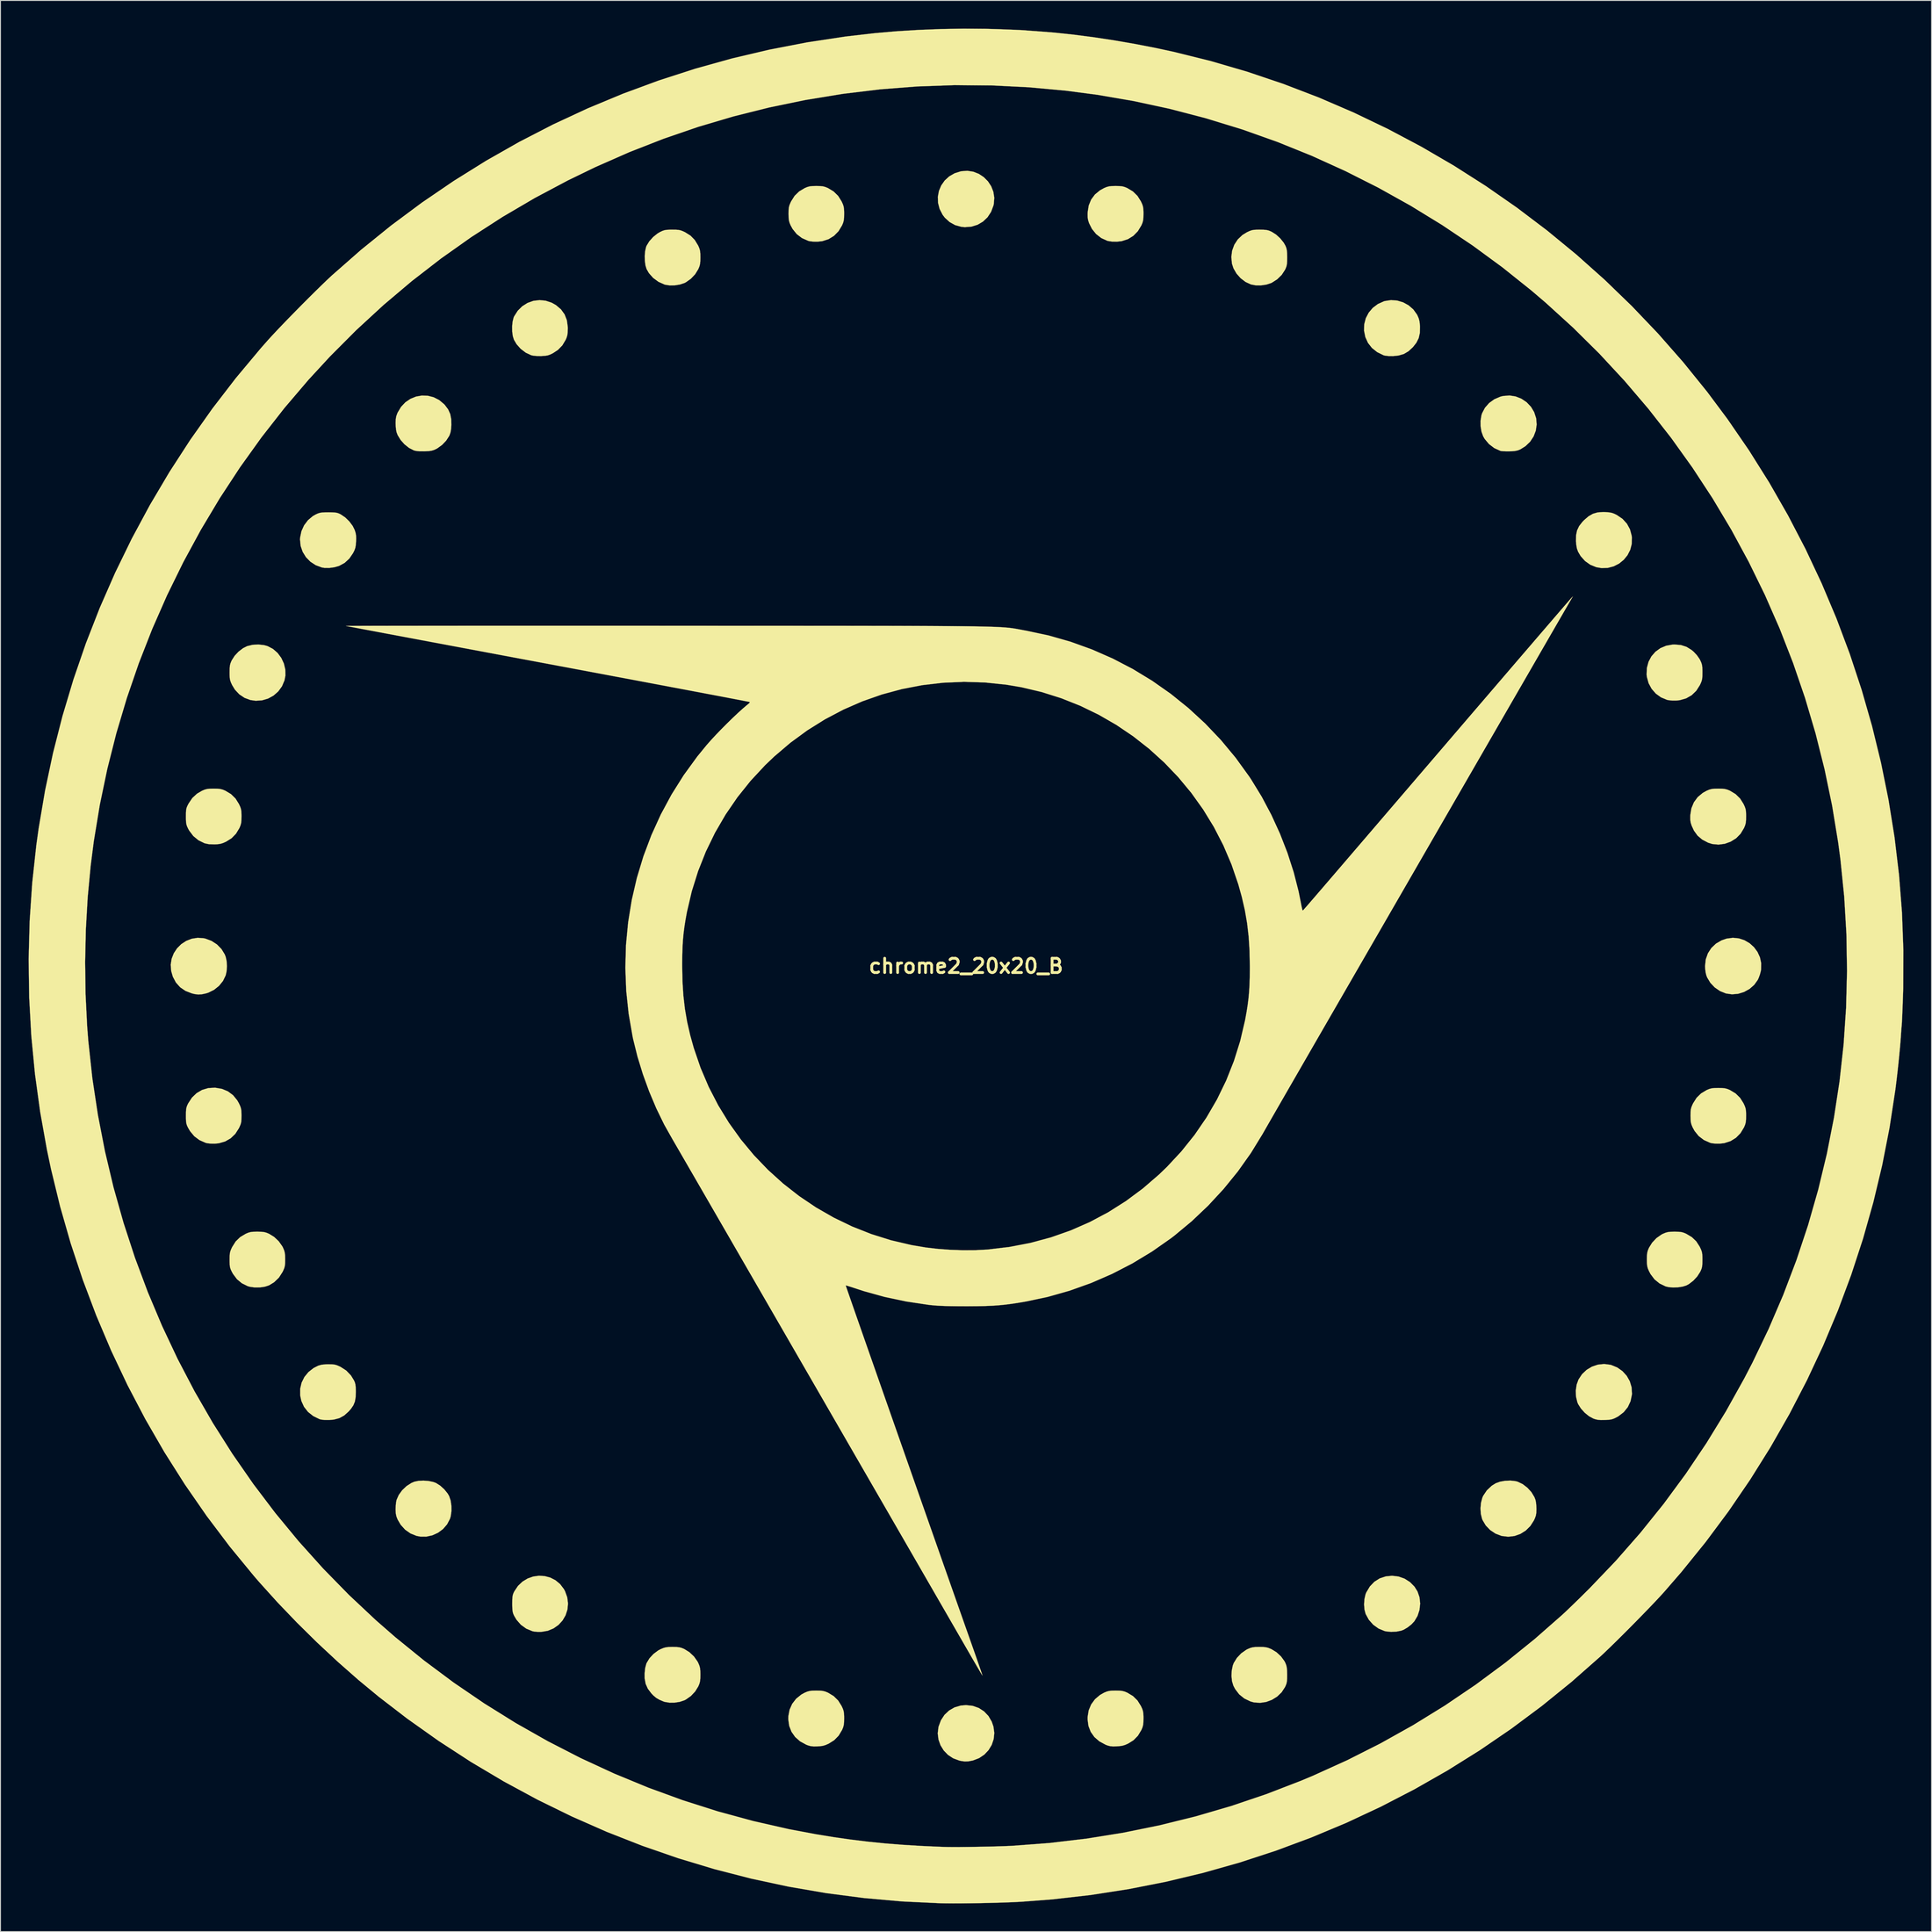
<source format=kicad_pcb>
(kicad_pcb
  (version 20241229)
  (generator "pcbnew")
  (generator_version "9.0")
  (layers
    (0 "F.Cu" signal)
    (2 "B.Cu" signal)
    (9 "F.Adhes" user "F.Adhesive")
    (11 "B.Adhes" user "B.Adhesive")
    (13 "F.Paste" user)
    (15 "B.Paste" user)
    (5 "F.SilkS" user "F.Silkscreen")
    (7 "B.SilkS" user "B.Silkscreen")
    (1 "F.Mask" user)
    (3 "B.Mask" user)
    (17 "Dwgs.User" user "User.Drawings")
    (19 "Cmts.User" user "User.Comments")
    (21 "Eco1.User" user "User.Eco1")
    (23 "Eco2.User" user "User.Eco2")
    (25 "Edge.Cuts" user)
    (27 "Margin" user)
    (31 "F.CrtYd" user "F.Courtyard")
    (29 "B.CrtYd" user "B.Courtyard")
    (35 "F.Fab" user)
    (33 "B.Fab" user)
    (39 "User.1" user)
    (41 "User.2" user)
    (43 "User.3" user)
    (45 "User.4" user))
  (footprint "chrome2_20x20_B"
    (layer "F.Cu")
    (at 99.961 99.968)
    (property "Reference" "chrome2_20x20_B" (at 0 0 0) (layer "F.SilkS") (effects (font (size 1.524 1.524) (thickness 0.3))))
    (attr through_hole)
    (fp_poly (pts (xy 0.78 -84.707) (xy 1.37 -84.474) (xy 1.895 -84.126) (xy 2.339 -83.681) (xy 2.685 -83.154) (xy 2.915 -82.566) (xy 3.014 -81.932) (xy 2.964 -81.271) (xy 2.927 -81.105) (xy 2.673 -80.428) (xy 2.294 -79.852) (xy 1.807 -79.389) (xy 1.229 -79.051) (xy 0.579 -78.85) (xy -0.126 -78.797) (xy -0.508 -78.833) (xy -1.159 -79.013) (xy -1.751 -79.342) (xy -2.257 -79.804) (xy -2.494 -80.116) (xy -2.816 -80.742) (xy -2.983 -81.388) (xy -3.003 -82.035) (xy -2.886 -82.661) (xy -2.639 -83.245) (xy -2.272 -83.768) (xy -1.793 -84.207) (xy -1.212 -84.542) (xy -0.537 -84.753) (xy -0.529 -84.755) (xy 0.141 -84.806) (xy 0.78 -84.707)) (stroke (width 0.01) (type solid)) (fill yes) (layer "F.SilkS"))
    (fp_poly (pts (xy 0.714 78.885) (xy 1.36 79.113) (xy 1.924 79.478) (xy 2.39 79.967) (xy 2.742 80.569) (xy 2.927 81.105) (xy 3.016 81.776) (xy 2.949 82.432) (xy 2.741 83.05) (xy 2.403 83.608) (xy 1.952 84.084) (xy 1.399 84.457) (xy 0.758 84.704) (xy 0.69 84.721) (xy 0.248 84.804) (xy -0.128 84.818) (xy -0.531 84.762) (xy -0.73 84.716) (xy -1.367 84.48) (xy -1.92 84.115) (xy -2.376 83.643) (xy -2.719 83.087) (xy -2.937 82.472) (xy -3.015 81.819) (xy -2.938 81.151) (xy -2.927 81.105) (xy -2.673 80.424) (xy -2.294 79.846) (xy -1.805 79.384) (xy -1.221 79.049) (xy -0.558 78.854) (xy 0 78.807) (xy 0.714 78.885)) (stroke (width 0.01) (type solid)) (fill yes) (layer "F.SilkS"))
    (fp_poly (pts (xy -81.274 -2.965) (xy -81.105 -2.927) (xy -80.45 -2.68) (xy -79.873 -2.304) (xy -79.398 -1.82) (xy -79.048 -1.249) (xy -78.945 -0.988) (xy -78.845 -0.528) (xy -78.812 0.01) (xy -78.847 0.546) (xy -78.945 0.988) (xy -79.232 1.583) (xy -79.654 2.106) (xy -80.185 2.531) (xy -80.796 2.834) (xy -81.065 2.918) (xy -81.502 3.011) (xy -81.869 3.034) (xy -82.248 2.985) (xy -82.548 2.912) (xy -83.229 2.649) (xy -83.799 2.26) (xy -84.252 1.752) (xy -84.579 1.133) (xy -84.754 0.527) (xy -84.806 -0.142) (xy -84.708 -0.779) (xy -84.475 -1.369) (xy -84.128 -1.894) (xy -83.682 -2.338) (xy -83.156 -2.683) (xy -82.567 -2.914) (xy -81.934 -3.014) (xy -81.274 -2.965)) (stroke (width 0.01) (type solid)) (fill yes) (layer "F.SilkS"))
    (fp_poly (pts (xy 46.122 65.095) (xy 46.769 65.325) (xy 47.344 65.691) (xy 47.823 66.177) (xy 48.145 66.692) (xy 48.36 67.316) (xy 48.429 67.983) (xy 48.356 68.656) (xy 48.146 69.299) (xy 47.808 69.867) (xy 47.492 70.203) (xy 47.095 70.517) (xy 46.681 70.762) (xy 46.413 70.869) (xy 45.892 70.972) (xy 45.328 70.998) (xy 44.803 70.947) (xy 44.634 70.908) (xy 43.991 70.642) (xy 43.425 70.236) (xy 42.959 69.711) (xy 42.616 69.087) (xy 42.614 69.081) (xy 42.491 68.618) (xy 42.449 68.073) (xy 42.486 67.512) (xy 42.6 67.002) (xy 42.681 66.798) (xy 43.062 66.16) (xy 43.542 65.658) (xy 44.111 65.296) (xy 44.763 65.081) (xy 45.429 65.015) (xy 46.122 65.095)) (stroke (width 0.01) (type solid)) (fill yes) (layer "F.SilkS"))
    (fp_poly (pts (xy 45.978 -70.967) (xy 46.614 -70.776) (xy 47.196 -70.456) (xy 47.696 -70.021) (xy 48.085 -69.483) (xy 48.148 -69.361) (xy 48.279 -69.051) (xy 48.359 -68.735) (xy 48.402 -68.345) (xy 48.412 -68.164) (xy 48.396 -67.515) (xy 48.271 -66.964) (xy 48.022 -66.466) (xy 47.656 -66.002) (xy 47.187 -65.566) (xy 46.692 -65.274) (xy 46.129 -65.107) (xy 45.558 -65.048) (xy 45.046 -65.051) (xy 44.658 -65.098) (xy 44.521 -65.137) (xy 43.844 -65.47) (xy 43.289 -65.911) (xy 42.866 -66.451) (xy 42.581 -67.08) (xy 42.447 -67.751) (xy 42.464 -68.438) (xy 42.634 -69.087) (xy 42.943 -69.677) (xy 43.376 -70.188) (xy 43.918 -70.597) (xy 44.554 -70.883) (xy 44.657 -70.914) (xy 45.316 -71.017) (xy 45.978 -70.967)) (stroke (width 0.01) (type solid)) (fill yes) (layer "F.SilkS"))
    (fp_poly (pts (xy 82.412 -2.953) (xy 83.013 -2.753) (xy 83.557 -2.435) (xy 84.024 -2.014) (xy 84.398 -1.507) (xy 84.661 -0.931) (xy 84.795 -0.303) (xy 84.783 0.361) (xy 84.755 0.529) (xy 84.659 0.897) (xy 84.522 1.271) (xy 84.43 1.469) (xy 84.049 2.001) (xy 83.554 2.435) (xy 82.974 2.757) (xy 82.341 2.954) (xy 81.686 3.013) (xy 81.039 2.921) (xy 81.026 2.917) (xy 80.4 2.663) (xy 79.841 2.277) (xy 79.376 1.787) (xy 79.036 1.221) (xy 78.945 0.988) (xy 78.871 0.679) (xy 78.821 0.295) (xy 78.807 0) (xy 78.885 -0.714) (xy 79.113 -1.36) (xy 79.478 -1.924) (xy 79.967 -2.39) (xy 80.569 -2.742) (xy 81.105 -2.927) (xy 81.77 -3.016) (xy 82.412 -2.953)) (stroke (width 0.01) (type solid)) (fill yes) (layer "F.SilkS"))
    (fp_poly (pts (xy 58.603 -60.745) (xy 59.223 -60.5) (xy 59.779 -60.126) (xy 60.245 -59.635) (xy 60.583 -59.069) (xy 60.797 -58.412) (xy 60.852 -57.746) (xy 60.758 -57.094) (xy 60.523 -56.478) (xy 60.156 -55.921) (xy 59.663 -55.445) (xy 59.111 -55.101) (xy 58.853 -54.995) (xy 58.569 -54.931) (xy 58.203 -54.897) (xy 57.954 -54.889) (xy 57.586 -54.888) (xy 57.261 -54.902) (xy 57.031 -54.927) (xy 56.981 -54.939) (xy 56.333 -55.235) (xy 55.768 -55.665) (xy 55.313 -56.208) (xy 55.148 -56.491) (xy 54.969 -56.984) (xy 54.876 -57.562) (xy 54.873 -58.163) (xy 54.961 -58.725) (xy 55.03 -58.945) (xy 55.34 -59.535) (xy 55.782 -60.04) (xy 56.333 -60.439) (xy 56.969 -60.714) (xy 57.267 -60.79) (xy 57.942 -60.846) (xy 58.603 -60.745)) (stroke (width 0.01) (type solid)) (fill yes) (layer "F.SilkS"))
    (fp_poly (pts (xy 68.157 -48.412) (xy 68.553 -48.384) (xy 68.849 -48.332) (xy 69.117 -48.238) (xy 69.407 -48.095) (xy 70.006 -47.686) (xy 70.473 -47.174) (xy 70.802 -46.569) (xy 70.984 -45.883) (xy 71.006 -45.702) (xy 70.991 -45.021) (xy 70.829 -44.387) (xy 70.537 -43.815) (xy 70.134 -43.322) (xy 69.639 -42.921) (xy 69.07 -42.63) (xy 68.446 -42.464) (xy 67.785 -42.438) (xy 67.219 -42.534) (xy 66.578 -42.792) (xy 66.013 -43.192) (xy 65.545 -43.715) (xy 65.269 -44.184) (xy 65.144 -44.53) (xy 65.07 -44.962) (xy 65.044 -45.297) (xy 65.052 -45.926) (xy 65.159 -46.451) (xy 65.381 -46.919) (xy 65.736 -47.374) (xy 65.906 -47.549) (xy 66.382 -47.961) (xy 66.85 -48.231) (xy 67.357 -48.378) (xy 67.951 -48.418) (xy 68.157 -48.412)) (stroke (width 0.01) (type solid)) (fill yes) (layer "F.SilkS"))
    (fp_poly (pts (xy -74.845 -34.222) (xy -74.472 -34.116) (xy -73.898 -33.815) (xy -73.41 -33.388) (xy -73.02 -32.863) (xy -72.742 -32.267) (xy -72.59 -31.628) (xy -72.578 -30.973) (xy -72.673 -30.472) (xy -72.941 -29.836) (xy -73.337 -29.291) (xy -73.837 -28.851) (xy -74.419 -28.529) (xy -75.061 -28.339) (xy -75.739 -28.292) (xy -76.307 -28.371) (xy -76.934 -28.603) (xy -77.493 -28.979) (xy -77.96 -29.478) (xy -78.25 -29.953) (xy -78.383 -30.238) (xy -78.465 -30.473) (xy -78.509 -30.715) (xy -78.526 -31.026) (xy -78.528 -31.325) (xy -78.522 -31.729) (xy -78.498 -32.02) (xy -78.444 -32.255) (xy -78.35 -32.49) (xy -78.292 -32.613) (xy -77.985 -33.09) (xy -77.57 -33.533) (xy -77.094 -33.896) (xy -76.662 -34.115) (xy -76.092 -34.255) (xy -75.462 -34.291) (xy -74.845 -34.222)) (stroke (width 0.01) (type solid)) (fill yes) (layer "F.SilkS"))
    (fp_poly (pts (xy -57.305 54.91) (xy -56.811 55.012) (xy -56.529 55.117) (xy -56.075 55.402) (xy -55.64 55.794) (xy -55.28 56.238) (xy -55.118 56.515) (xy -54.96 56.983) (xy -54.878 57.541) (xy -54.873 58.124) (xy -54.949 58.67) (xy -55.029 58.94) (xy -55.337 59.531) (xy -55.768 60.029) (xy -56.297 60.422) (xy -56.897 60.697) (xy -57.542 60.839) (xy -58.206 60.835) (xy -58.595 60.76) (xy -59.238 60.501) (xy -59.808 60.1) (xy -60.283 59.576) (xy -60.606 59.023) (xy -60.736 58.695) (xy -60.804 58.376) (xy -60.825 57.984) (xy -60.826 57.912) (xy -60.811 57.542) (xy -60.774 57.185) (xy -60.722 56.925) (xy -60.487 56.393) (xy -60.12 55.889) (xy -59.657 55.451) (xy -59.134 55.116) (xy -58.813 54.981) (xy -58.372 54.891) (xy -57.848 54.869) (xy -57.305 54.91)) (stroke (width 0.01) (type solid)) (fill yes) (layer "F.SilkS"))
    (fp_poly (pts (xy -44.925 65.05) (xy -44.329 65.211) (xy -43.776 65.495) (xy -43.286 65.902) (xy -42.882 66.433) (xy -42.76 66.658) (xy -42.522 67.318) (xy -42.441 67.979) (xy -42.505 68.623) (xy -42.702 69.229) (xy -43.021 69.777) (xy -43.45 70.248) (xy -43.978 70.622) (xy -44.593 70.879) (xy -45.272 70.997) (xy -45.684 71) (xy -46.069 70.961) (xy -46.234 70.925) (xy -46.891 70.653) (xy -47.464 70.24) (xy -47.937 69.7) (xy -48.191 69.269) (xy -48.283 69.059) (xy -48.341 68.844) (xy -48.373 68.577) (xy -48.385 68.211) (xy -48.386 67.987) (xy -48.382 67.571) (xy -48.364 67.276) (xy -48.324 67.054) (xy -48.254 66.858) (xy -48.162 66.671) (xy -47.772 66.093) (xy -47.294 65.638) (xy -46.748 65.307) (xy -46.157 65.098) (xy -45.542 65.012) (xy -44.925 65.05)) (stroke (width 0.01) (type solid)) (fill yes) (layer "F.SilkS"))
    (fp_poly (pts (xy 68.715 42.518) (xy 68.797 42.539) (xy 69.445 42.805) (xy 70.002 43.197) (xy 70.453 43.694) (xy 70.781 44.273) (xy 70.973 44.915) (xy 71.014 45.597) (xy 71.006 45.702) (xy 70.861 46.407) (xy 70.567 47.033) (xy 70.133 47.569) (xy 69.566 48.005) (xy 69.407 48.095) (xy 69.123 48.238) (xy 68.879 48.326) (xy 68.614 48.374) (xy 68.263 48.399) (xy 68.114 48.405) (xy 67.692 48.41) (xy 67.376 48.385) (xy 67.105 48.324) (xy 66.891 48.248) (xy 66.427 47.995) (xy 65.974 47.625) (xy 65.577 47.184) (xy 65.28 46.717) (xy 65.196 46.524) (xy 65.05 45.92) (xy 65.024 45.271) (xy 65.116 44.636) (xy 65.315 44.086) (xy 65.693 43.517) (xy 66.181 43.055) (xy 66.754 42.713) (xy 67.385 42.501) (xy 68.048 42.432) (xy 68.715 42.518)) (stroke (width 0.01) (type solid)) (fill yes) (layer "F.SilkS"))
    (fp_poly (pts (xy -44.83 -70.953) (xy -44.181 -70.738) (xy -43.723 -70.479) (xy -43.192 -70.028) (xy -42.806 -69.492) (xy -42.564 -68.868) (xy -42.466 -68.155) (xy -42.463 -67.987) (xy -42.475 -67.579) (xy -42.515 -67.272) (xy -42.597 -67) (xy -42.686 -66.792) (xy -43.046 -66.189) (xy -43.517 -65.705) (xy -44.046 -65.358) (xy -44.344 -65.211) (xy -44.6 -65.122) (xy -44.883 -65.075) (xy -45.262 -65.052) (xy -45.297 -65.05) (xy -45.78 -65.054) (xy -46.182 -65.096) (xy -46.37 -65.141) (xy -46.948 -65.412) (xy -47.48 -65.815) (xy -47.925 -66.315) (xy -48.204 -66.787) (xy -48.327 -67.183) (xy -48.391 -67.675) (xy -48.399 -68.205) (xy -48.349 -68.714) (xy -48.243 -69.145) (xy -48.188 -69.276) (xy -47.803 -69.878) (xy -47.319 -70.36) (xy -46.757 -70.714) (xy -46.14 -70.935) (xy -45.49 -71.016) (xy -44.83 -70.953)) (stroke (width 0.01) (type solid)) (fill yes) (layer "F.SilkS"))
    (fp_poly (pts (xy 58.587 54.922) (xy 58.813 54.981) (xy 59.358 55.241) (xy 59.864 55.628) (xy 60.295 56.104) (xy 60.613 56.632) (xy 60.725 56.925) (xy 60.778 57.19) (xy 60.815 57.547) (xy 60.829 57.919) (xy 60.829 57.922) (xy 60.815 58.302) (xy 60.765 58.597) (xy 60.661 58.888) (xy 60.554 59.117) (xy 60.175 59.71) (xy 59.689 60.191) (xy 59.119 60.549) (xy 58.489 60.773) (xy 57.823 60.851) (xy 57.144 60.772) (xy 57.098 60.761) (xy 56.46 60.517) (xy 55.894 60.139) (xy 55.426 59.652) (xy 55.085 59.079) (xy 55.028 58.94) (xy 54.9 58.419) (xy 54.863 57.83) (xy 54.917 57.236) (xy 55.057 56.699) (xy 55.148 56.491) (xy 55.543 55.903) (xy 56.06 55.417) (xy 56.491 55.148) (xy 56.946 54.983) (xy 57.491 54.887) (xy 58.06 54.865) (xy 58.587 54.922)) (stroke (width 0.01) (type solid)) (fill yes) (layer "F.SilkS"))
    (fp_poly (pts (xy -67.603 42.468) (xy -67.321 42.5) (xy -67.07 42.572) (xy -66.782 42.698) (xy -66.699 42.739) (xy -66.091 43.13) (xy -65.594 43.647) (xy -65.266 44.178) (xy -65.17 44.398) (xy -65.111 44.622) (xy -65.079 44.899) (xy -65.068 45.28) (xy -65.067 45.424) (xy -65.09 45.992) (xy -65.171 46.446) (xy -65.33 46.835) (xy -65.584 47.21) (xy -65.833 47.494) (xy -66.307 47.919) (xy -66.819 48.202) (xy -67.404 48.36) (xy -67.896 48.405) (xy -68.408 48.403) (xy -68.796 48.355) (xy -68.932 48.316) (xy -69.608 47.984) (xy -70.163 47.543) (xy -70.588 47.002) (xy -70.874 46.375) (xy -71.001 45.783) (xy -71.003 45.084) (xy -70.848 44.423) (xy -70.549 43.818) (xy -70.118 43.291) (xy -69.567 42.861) (xy -69.079 42.613) (xy -68.721 42.512) (xy -68.251 42.465) (xy -67.986 42.46) (xy -67.603 42.468)) (stroke (width 0.01) (type solid)) (fill yes) (layer "F.SilkS"))
    (fp_poly (pts (xy 76.241 -34.23) (xy 76.83 -34.04) (xy 77.368 -33.707) (xy 77.593 -33.517) (xy 77.933 -33.154) (xy 78.214 -32.755) (xy 78.291 -32.613) (xy 78.406 -32.358) (xy 78.477 -32.129) (xy 78.514 -31.87) (xy 78.527 -31.522) (xy 78.528 -31.325) (xy 78.523 -30.929) (xy 78.5 -30.644) (xy 78.447 -30.409) (xy 78.352 -30.167) (xy 78.25 -29.953) (xy 77.867 -29.354) (xy 77.377 -28.884) (xy 76.79 -28.548) (xy 76.118 -28.355) (xy 75.755 -28.315) (xy 75.323 -28.313) (xy 74.927 -28.352) (xy 74.75 -28.39) (xy 74.112 -28.655) (xy 73.561 -29.053) (xy 73.115 -29.562) (xy 72.791 -30.16) (xy 72.607 -30.827) (xy 72.579 -31.078) (xy 72.605 -31.79) (xy 72.781 -32.446) (xy 73.09 -33.027) (xy 73.518 -33.518) (xy 74.048 -33.902) (xy 74.665 -34.162) (xy 75.355 -34.283) (xy 75.565 -34.29) (xy 76.241 -34.23)) (stroke (width 0.01) (type solid)) (fill yes) (layer "F.SilkS"))
    (fp_poly (pts (xy -67.57 -48.383) (xy -67.275 -48.364) (xy -67.053 -48.324) (xy -66.856 -48.253) (xy -66.675 -48.163) (xy -66.201 -47.842) (xy -65.763 -47.416) (xy -65.404 -46.934) (xy -65.198 -46.522) (xy -65.098 -46.217) (xy -65.045 -45.933) (xy -65.032 -45.599) (xy -65.041 -45.297) (xy -65.069 -44.901) (xy -65.121 -44.605) (xy -65.215 -44.337) (xy -65.361 -44.042) (xy -65.76 -43.457) (xy -66.259 -42.997) (xy -66.843 -42.678) (xy -66.874 -42.666) (xy -67.363 -42.528) (xy -67.894 -42.457) (xy -68.396 -42.459) (xy -68.686 -42.505) (xy -69.345 -42.751) (xy -69.917 -43.125) (xy -70.385 -43.605) (xy -70.734 -44.172) (xy -70.951 -44.803) (xy -71.018 -45.478) (xy -71.006 -45.702) (xy -70.864 -46.379) (xy -70.579 -47.003) (xy -70.169 -47.546) (xy -69.655 -47.98) (xy -69.354 -48.152) (xy -69.117 -48.261) (xy -68.905 -48.329) (xy -68.666 -48.368) (xy -68.352 -48.384) (xy -67.987 -48.387) (xy -67.57 -48.383)) (stroke (width 0.01) (type solid)) (fill yes) (layer "F.SilkS"))
    (fp_poly (pts (xy -57.387 -60.815) (xy -56.765 -60.655) (xy -56.177 -60.354) (xy -55.646 -59.909) (xy -55.58 -59.837) (xy -55.226 -59.365) (xy -55.001 -58.862) (xy -54.892 -58.289) (xy -54.881 -57.7) (xy -54.914 -57.245) (xy -54.974 -56.901) (xy -55.074 -56.612) (xy -55.111 -56.533) (xy -55.433 -56.033) (xy -55.872 -55.574) (xy -56.376 -55.21) (xy -56.485 -55.15) (xy -56.737 -55.033) (xy -56.978 -54.96) (xy -57.265 -54.917) (xy -57.655 -54.895) (xy -57.743 -54.892) (xy -58.28 -54.894) (xy -58.676 -54.937) (xy -58.886 -54.993) (xy -59.399 -55.258) (xy -59.882 -55.644) (xy -60.296 -56.111) (xy -60.605 -56.619) (xy -60.722 -56.925) (xy -60.775 -57.191) (xy -60.812 -57.549) (xy -60.826 -57.912) (xy -60.81 -58.321) (xy -60.751 -58.645) (xy -60.632 -58.966) (xy -60.604 -59.027) (xy -60.24 -59.635) (xy -59.778 -60.123) (xy -59.239 -60.489) (xy -58.646 -60.729) (xy -58.021 -60.839) (xy -57.387 -60.815)) (stroke (width 0.01) (type solid)) (fill yes) (layer "F.SilkS"))
    (fp_poly (pts (xy -80.058 12.972) (xy -79.34 13.096) (xy -78.703 13.364) (xy -78.159 13.771) (xy -77.718 14.309) (xy -77.534 14.633) (xy -77.398 14.926) (xy -77.316 15.169) (xy -77.274 15.423) (xy -77.26 15.753) (xy -77.258 15.96) (xy -77.264 16.349) (xy -77.291 16.632) (xy -77.352 16.872) (xy -77.461 17.133) (xy -77.537 17.291) (xy -77.92 17.89) (xy -78.411 18.362) (xy -78.998 18.699) (xy -79.668 18.893) (xy -80.093 18.937) (xy -80.538 18.933) (xy -80.924 18.888) (xy -81.086 18.848) (xy -81.744 18.557) (xy -82.292 18.146) (xy -82.743 17.602) (xy -82.952 17.248) (xy -83.062 17.023) (xy -83.13 16.818) (xy -83.168 16.583) (xy -83.183 16.266) (xy -83.185 15.96) (xy -83.18 15.552) (xy -83.16 15.262) (xy -83.114 15.037) (xy -83.033 14.825) (xy -82.946 14.647) (xy -82.545 14.033) (xy -82.045 13.55) (xy -81.46 13.207) (xy -80.804 13.011) (xy -80.092 12.97) (xy -80.058 12.972)) (stroke (width 0.01) (type solid)) (fill yes) (layer "F.SilkS"))
    (fp_poly (pts (xy 31.686 72.609) (xy 31.983 72.64) (xy 32.239 72.706) (xy 32.519 72.82) (xy 32.574 72.845) (xy 33.108 73.171) (xy 33.584 73.611) (xy 33.955 74.118) (xy 34.057 74.315) (xy 34.149 74.552) (xy 34.206 74.806) (xy 34.235 75.127) (xy 34.245 75.565) (xy 34.241 75.975) (xy 34.221 76.268) (xy 34.175 76.498) (xy 34.093 76.718) (xy 34.013 76.889) (xy 33.653 77.441) (xy 33.178 77.897) (xy 32.617 78.244) (xy 31.999 78.472) (xy 31.352 78.567) (xy 30.704 78.518) (xy 30.336 78.417) (xy 29.677 78.101) (xy 29.132 77.66) (xy 28.699 77.093) (xy 28.512 76.736) (xy 28.368 76.263) (xy 28.31 75.707) (xy 28.337 75.128) (xy 28.447 74.59) (xy 28.548 74.321) (xy 28.887 73.774) (xy 29.347 73.287) (xy 29.882 72.909) (xy 30.04 72.828) (xy 30.313 72.713) (xy 30.565 72.644) (xy 30.859 72.611) (xy 31.255 72.602) (xy 31.284 72.602) (xy 31.686 72.609)) (stroke (width 0.01) (type solid)) (fill yes) (layer "F.SilkS"))
    (fp_poly (pts (xy 31.731 -78.52) (xy 32.024 -78.495) (xy 32.261 -78.44) (xy 32.499 -78.345) (xy 32.607 -78.293) (xy 33.07 -77.998) (xy 33.511 -77.594) (xy 33.879 -77.135) (xy 34.063 -76.811) (xy 34.155 -76.579) (xy 34.211 -76.332) (xy 34.239 -76.02) (xy 34.248 -75.592) (xy 34.248 -75.565) (xy 34.242 -75.154) (xy 34.221 -74.859) (xy 34.173 -74.627) (xy 34.09 -74.404) (xy 34.013 -74.241) (xy 33.662 -73.704) (xy 33.182 -73.236) (xy 32.613 -72.873) (xy 32.529 -72.833) (xy 32.023 -72.668) (xy 31.448 -72.586) (xy 30.874 -72.592) (xy 30.384 -72.687) (xy 29.808 -72.953) (xy 29.286 -73.35) (xy 28.848 -73.843) (xy 28.524 -74.402) (xy 28.36 -74.905) (xy 28.292 -75.614) (xy 28.381 -76.295) (xy 28.614 -76.927) (xy 28.982 -77.488) (xy 29.474 -77.956) (xy 29.953 -78.25) (xy 30.238 -78.383) (xy 30.472 -78.465) (xy 30.714 -78.509) (xy 31.023 -78.525) (xy 31.325 -78.527) (xy 31.731 -78.52)) (stroke (width 0.01) (type solid)) (fill yes) (layer "F.SilkS"))
    (fp_poly (pts (xy 80.628 -18.915) (xy 80.927 -18.883) (xy 81.18 -18.817) (xy 81.449 -18.705) (xy 81.459 -18.7) (xy 82.066 -18.335) (xy 82.547 -17.863) (xy 82.909 -17.286) (xy 83.045 -16.992) (xy 83.127 -16.75) (xy 83.169 -16.495) (xy 83.184 -16.164) (xy 83.185 -15.961) (xy 83.177 -15.555) (xy 83.146 -15.256) (xy 83.08 -15.004) (xy 82.968 -14.736) (xy 82.962 -14.722) (xy 82.597 -14.115) (xy 82.125 -13.634) (xy 81.548 -13.272) (xy 80.908 -13.041) (xy 80.244 -12.954) (xy 79.593 -13.014) (xy 79.14 -13.155) (xy 78.509 -13.487) (xy 78.012 -13.907) (xy 77.628 -14.437) (xy 77.38 -14.974) (xy 77.278 -15.294) (xy 77.231 -15.604) (xy 77.23 -15.982) (xy 77.236 -16.102) (xy 77.354 -16.823) (xy 77.619 -17.464) (xy 78.024 -18.015) (xy 78.562 -18.465) (xy 78.984 -18.7) (xy 79.254 -18.814) (xy 79.507 -18.882) (xy 79.803 -18.914) (xy 80.204 -18.923) (xy 80.222 -18.923) (xy 80.628 -18.915)) (stroke (width 0.01) (type solid)) (fill yes) (layer "F.SilkS"))
    (fp_poly (pts (xy 16.366 -83.177) (xy 16.665 -83.145) (xy 16.918 -83.079) (xy 17.187 -82.967) (xy 17.197 -82.962) (xy 17.804 -82.597) (xy 18.285 -82.125) (xy 18.647 -81.548) (xy 18.783 -81.254) (xy 18.865 -81.012) (xy 18.907 -80.757) (xy 18.922 -80.426) (xy 18.923 -80.223) (xy 18.915 -79.817) (xy 18.884 -79.518) (xy 18.818 -79.266) (xy 18.706 -78.998) (xy 18.7 -78.984) (xy 18.323 -78.363) (xy 17.84 -77.871) (xy 17.263 -77.515) (xy 16.602 -77.303) (xy 16.102 -77.245) (xy 15.569 -77.253) (xy 15.132 -77.322) (xy 15.06 -77.343) (xy 14.423 -77.634) (xy 13.874 -78.062) (xy 13.43 -78.609) (xy 13.122 -79.224) (xy 13.021 -79.537) (xy 12.972 -79.835) (xy 12.965 -80.191) (xy 12.973 -80.391) (xy 13.087 -81.107) (xy 13.347 -81.738) (xy 13.749 -82.279) (xy 14.289 -82.723) (xy 14.717 -82.96) (xy 14.989 -83.075) (xy 15.241 -83.143) (xy 15.536 -83.176) (xy 15.934 -83.185) (xy 15.96 -83.185) (xy 16.366 -83.177)) (stroke (width 0.01) (type solid)) (fill yes) (layer "F.SilkS"))
    (fp_poly (pts (xy -15.553 77.266) (xy -15.255 77.298) (xy -15.002 77.364) (xy -14.733 77.476) (xy -14.722 77.481) (xy -14.115 77.846) (xy -13.634 78.318) (xy -13.272 78.895) (xy -13.136 79.189) (xy -13.054 79.431) (xy -13.012 79.686) (xy -12.997 80.017) (xy -12.996 80.22) (xy -13.004 80.626) (xy -13.036 80.925) (xy -13.102 81.178) (xy -13.213 81.446) (xy -13.219 81.459) (xy -13.585 82.067) (xy -14.057 82.547) (xy -14.633 82.909) (xy -14.976 83.063) (xy -15.278 83.152) (xy -15.619 83.196) (xy -15.873 83.208) (xy -16.269 83.211) (xy -16.57 83.179) (xy -16.851 83.101) (xy -17.052 83.022) (xy -17.697 82.668) (xy -18.219 82.207) (xy -18.608 81.652) (xy -18.855 81.018) (xy -18.952 80.321) (xy -18.945 79.994) (xy -18.814 79.299) (xy -18.534 78.672) (xy -18.115 78.128) (xy -17.57 77.686) (xy -17.197 77.481) (xy -16.927 77.368) (xy -16.674 77.3) (xy -16.378 77.267) (xy -15.977 77.258) (xy -15.96 77.258) (xy -15.553 77.266)) (stroke (width 0.01) (type solid)) (fill yes) (layer "F.SilkS"))
    (fp_poly (pts (xy 16.366 77.266) (xy 16.665 77.298) (xy 16.918 77.364) (xy 17.187 77.476) (xy 17.197 77.481) (xy 17.804 77.846) (xy 18.285 78.318) (xy 18.647 78.895) (xy 18.783 79.189) (xy 18.865 79.431) (xy 18.907 79.686) (xy 18.922 80.017) (xy 18.923 80.22) (xy 18.915 80.626) (xy 18.884 80.925) (xy 18.818 81.178) (xy 18.706 81.446) (xy 18.7 81.459) (xy 18.333 82.069) (xy 17.858 82.552) (xy 17.297 82.903) (xy 16.955 83.055) (xy 16.645 83.145) (xy 16.289 83.19) (xy 16.057 83.204) (xy 15.667 83.211) (xy 15.376 83.186) (xy 15.112 83.118) (xy 14.878 83.028) (xy 14.217 82.669) (xy 13.69 82.211) (xy 13.301 81.663) (xy 13.057 81.033) (xy 12.963 80.33) (xy 12.967 80.066) (xy 13.083 79.365) (xy 13.349 78.73) (xy 13.755 78.178) (xy 14.29 77.725) (xy 14.722 77.481) (xy 14.992 77.368) (xy 15.245 77.3) (xy 15.541 77.267) (xy 15.942 77.258) (xy 15.96 77.258) (xy 16.366 77.266)) (stroke (width 0.01) (type solid)) (fill yes) (layer "F.SilkS"))
    (fp_poly (pts (xy -30.93 -78.523) (xy -30.645 -78.5) (xy -30.411 -78.447) (xy -30.168 -78.352) (xy -29.953 -78.25) (xy -29.382 -77.891) (xy -28.926 -77.426) (xy -28.563 -76.83) (xy -28.545 -76.793) (xy -28.432 -76.527) (xy -28.365 -76.278) (xy -28.332 -75.983) (xy -28.324 -75.583) (xy -28.324 -75.565) (xy -28.332 -75.159) (xy -28.364 -74.859) (xy -28.43 -74.604) (xy -28.543 -74.333) (xy -28.548 -74.321) (xy -28.883 -73.778) (xy -29.337 -73.296) (xy -29.864 -72.922) (xy -30.038 -72.834) (xy -30.513 -72.677) (xy -31.056 -72.592) (xy -31.601 -72.583) (xy -32.079 -72.656) (xy -32.149 -72.677) (xy -32.796 -72.968) (xy -33.359 -73.381) (xy -33.811 -73.891) (xy -34.06 -74.323) (xy -34.18 -74.713) (xy -34.246 -75.203) (xy -34.257 -75.733) (xy -34.214 -76.244) (xy -34.116 -76.677) (xy -34.063 -76.811) (xy -33.77 -77.29) (xy -33.361 -77.744) (xy -32.887 -78.124) (xy -32.62 -78.28) (xy -32.366 -78.399) (xy -32.142 -78.472) (xy -31.894 -78.511) (xy -31.563 -78.526) (xy -31.325 -78.527) (xy -30.93 -78.523)) (stroke (width 0.01) (type solid)) (fill yes) (layer "F.SilkS"))
    (fp_poly (pts (xy -75.565 28.323) (xy -75.156 28.332) (xy -74.854 28.366) (xy -74.596 28.434) (xy -74.321 28.549) (xy -73.775 28.886) (xy -73.289 29.345) (xy -72.91 29.88) (xy -72.828 30.04) (xy -72.713 30.312) (xy -72.644 30.564) (xy -72.611 30.857) (xy -72.602 31.252) (xy -72.602 31.286) (xy -72.608 31.675) (xy -72.635 31.958) (xy -72.696 32.199) (xy -72.805 32.46) (xy -72.88 32.615) (xy -73.27 33.221) (xy -73.783 33.715) (xy -74.319 34.042) (xy -74.761 34.188) (xy -75.292 34.265) (xy -75.848 34.269) (xy -76.362 34.199) (xy -76.601 34.129) (xy -77.226 33.819) (xy -77.742 33.389) (xy -78.164 32.825) (xy -78.29 32.597) (xy -78.405 32.353) (xy -78.476 32.135) (xy -78.513 31.886) (xy -78.527 31.553) (xy -78.528 31.325) (xy -78.523 30.929) (xy -78.5 30.643) (xy -78.446 30.409) (xy -78.351 30.166) (xy -78.252 29.959) (xy -77.879 29.367) (xy -77.396 28.898) (xy -76.803 28.544) (xy -76.534 28.431) (xy -76.284 28.363) (xy -75.992 28.331) (xy -75.596 28.323) (xy -75.565 28.323)) (stroke (width 0.01) (type solid)) (fill yes) (layer "F.SilkS"))
    (fp_poly (pts (xy -30.879 72.61) (xy -30.581 72.641) (xy -30.328 72.707) (xy -30.058 72.819) (xy -30.04 72.828) (xy -29.492 73.168) (xy -29.006 73.629) (xy -28.629 74.163) (xy -28.548 74.321) (xy -28.434 74.594) (xy -28.365 74.849) (xy -28.332 75.145) (xy -28.324 75.546) (xy -28.324 75.565) (xy -28.332 75.971) (xy -28.364 76.271) (xy -28.43 76.526) (xy -28.543 76.797) (xy -28.548 76.809) (xy -28.884 77.354) (xy -29.34 77.836) (xy -29.869 78.21) (xy -30.04 78.297) (xy -30.528 78.459) (xy -31.079 78.543) (xy -31.632 78.546) (xy -32.123 78.465) (xy -32.258 78.421) (xy -32.701 78.231) (xy -33.041 78.032) (xy -33.339 77.78) (xy -33.555 77.554) (xy -33.928 77.058) (xy -34.161 76.538) (xy -34.267 75.954) (xy -34.271 75.438) (xy -34.21 74.844) (xy -34.087 74.389) (xy -34.057 74.319) (xy -33.752 73.813) (xy -33.323 73.35) (xy -32.82 72.976) (xy -32.574 72.845) (xy -32.284 72.722) (xy -32.028 72.649) (xy -31.742 72.613) (xy -31.363 72.602) (xy -31.284 72.602) (xy -30.879 72.61)) (stroke (width 0.01) (type solid)) (fill yes) (layer "F.SilkS"))
    (fp_poly (pts (xy -15.553 -83.177) (xy -15.255 -83.145) (xy -15.002 -83.079) (xy -14.733 -82.967) (xy -14.722 -82.962) (xy -14.115 -82.597) (xy -13.635 -82.126) (xy -13.272 -81.547) (xy -13.136 -81.253) (xy -13.054 -81.011) (xy -13.012 -80.755) (xy -12.997 -80.424) (xy -12.996 -80.223) (xy -13.004 -79.816) (xy -13.036 -79.518) (xy -13.102 -79.265) (xy -13.214 -78.996) (xy -13.219 -78.984) (xy -13.596 -78.363) (xy -14.079 -77.871) (xy -14.657 -77.515) (xy -15.318 -77.303) (xy -15.817 -77.245) (xy -16.277 -77.248) (xy -16.669 -77.295) (xy -16.824 -77.334) (xy -17.494 -77.632) (xy -18.048 -78.053) (xy -18.49 -78.601) (xy -18.703 -78.99) (xy -18.815 -79.258) (xy -18.882 -79.511) (xy -18.914 -79.808) (xy -18.923 -80.213) (xy -18.923 -80.223) (xy -18.917 -80.613) (xy -18.89 -80.896) (xy -18.828 -81.136) (xy -18.719 -81.398) (xy -18.647 -81.548) (xy -18.273 -82.14) (xy -17.789 -82.608) (xy -17.197 -82.962) (xy -16.927 -83.076) (xy -16.674 -83.144) (xy -16.378 -83.176) (xy -15.977 -83.185) (xy -15.96 -83.185) (xy -15.553 -83.177)) (stroke (width 0.01) (type solid)) (fill yes) (layer "F.SilkS"))
    (fp_poly (pts (xy 80.628 13.004) (xy 80.927 13.036) (xy 81.18 13.102) (xy 81.449 13.214) (xy 81.459 13.219) (xy 82.066 13.584) (xy 82.547 14.056) (xy 82.909 14.633) (xy 83.045 14.927) (xy 83.127 15.169) (xy 83.169 15.424) (xy 83.184 15.755) (xy 83.185 15.958) (xy 83.177 16.364) (xy 83.146 16.663) (xy 83.08 16.916) (xy 82.968 17.184) (xy 82.962 17.197) (xy 82.585 17.818) (xy 82.102 18.31) (xy 81.524 18.666) (xy 80.863 18.878) (xy 80.364 18.937) (xy 79.904 18.933) (xy 79.512 18.887) (xy 79.357 18.848) (xy 78.687 18.549) (xy 78.133 18.128) (xy 77.691 17.58) (xy 77.479 17.191) (xy 77.366 16.923) (xy 77.299 16.671) (xy 77.267 16.373) (xy 77.258 15.969) (xy 77.258 15.958) (xy 77.264 15.569) (xy 77.292 15.286) (xy 77.353 15.045) (xy 77.462 14.784) (xy 77.534 14.633) (xy 77.908 14.042) (xy 78.392 13.573) (xy 78.984 13.219) (xy 79.254 13.106) (xy 79.507 13.038) (xy 79.803 13.005) (xy 80.204 12.996) (xy 80.222 12.996) (xy 80.628 13.004)) (stroke (width 0.01) (type solid)) (fill yes) (layer "F.SilkS"))
    (fp_poly (pts (xy -79.815 -18.915) (xy -79.517 -18.883) (xy -79.264 -18.817) (xy -78.995 -18.705) (xy -78.984 -18.7) (xy -78.377 -18.335) (xy -77.896 -17.863) (xy -77.534 -17.286) (xy -77.398 -16.992) (xy -77.316 -16.75) (xy -77.274 -16.495) (xy -77.259 -16.164) (xy -77.258 -15.961) (xy -77.266 -15.555) (xy -77.298 -15.256) (xy -77.364 -15.004) (xy -77.475 -14.736) (xy -77.481 -14.722) (xy -77.847 -14.115) (xy -78.319 -13.634) (xy -78.895 -13.272) (xy -79.232 -13.121) (xy -79.525 -13.033) (xy -79.853 -12.99) (xy -80.135 -12.978) (xy -80.734 -12.997) (xy -81.186 -13.093) (xy -81.195 -13.096) (xy -81.85 -13.417) (xy -82.398 -13.87) (xy -82.838 -14.452) (xy -82.946 -14.647) (xy -83.058 -14.883) (xy -83.129 -15.094) (xy -83.167 -15.331) (xy -83.183 -15.648) (xy -83.185 -15.96) (xy -83.181 -16.357) (xy -83.163 -16.638) (xy -83.12 -16.855) (xy -83.039 -17.062) (xy -82.911 -17.312) (xy -82.897 -17.337) (xy -82.497 -17.927) (xy -81.998 -18.386) (xy -81.459 -18.7) (xy -81.189 -18.814) (xy -80.936 -18.882) (xy -80.64 -18.914) (xy -80.239 -18.923) (xy -80.222 -18.923) (xy -79.815 -18.915)) (stroke (width 0.01) (type solid)) (fill yes) (layer "F.SilkS"))
    (fp_poly (pts (xy 75.971 28.332) (xy 76.268 28.363) (xy 76.518 28.429) (xy 76.782 28.539) (xy 76.793 28.545) (xy 77.396 28.904) (xy 77.868 29.354) (xy 78.232 29.918) (xy 78.25 29.953) (xy 78.383 30.238) (xy 78.465 30.473) (xy 78.509 30.715) (xy 78.525 31.024) (xy 78.527 31.325) (xy 78.521 31.725) (xy 78.497 32.012) (xy 78.444 32.243) (xy 78.352 32.473) (xy 78.28 32.62) (xy 77.968 33.102) (xy 77.556 33.546) (xy 77.093 33.904) (xy 76.811 34.057) (xy 76.414 34.181) (xy 75.925 34.254) (xy 75.408 34.273) (xy 74.93 34.235) (xy 74.598 34.156) (xy 73.951 33.841) (xy 73.42 33.407) (xy 72.995 32.844) (xy 72.822 32.516) (xy 72.709 32.247) (xy 72.642 31.994) (xy 72.61 31.696) (xy 72.602 31.29) (xy 72.602 31.284) (xy 72.61 30.879) (xy 72.641 30.581) (xy 72.707 30.328) (xy 72.819 30.058) (xy 72.828 30.04) (xy 73.168 29.492) (xy 73.629 29.006) (xy 74.163 28.629) (xy 74.321 28.548) (xy 74.594 28.434) (xy 74.849 28.365) (xy 75.145 28.332) (xy 75.546 28.324) (xy 75.565 28.324) (xy 75.971 28.332)) (stroke (width 0.01) (type solid)) (fill yes) (layer "F.SilkS"))
    (fp_poly (pts (xy 2.088 -99.947) (xy 3.302 -99.913) (xy 3.974 -99.888) (xy 4.606 -99.864) (xy 5.174 -99.84) (xy 5.653 -99.819) (xy 6.022 -99.801) (xy 6.255 -99.787) (xy 6.308 -99.782) (xy 6.546 -99.76) (xy 6.893 -99.734) (xy 7.288 -99.706) (xy 7.451 -99.696) (xy 9.381 -99.545) (xy 11.433 -99.329) (xy 13.573 -99.053) (xy 15.768 -98.721) (xy 17.985 -98.338) (xy 20.192 -97.91) (xy 22.15 -97.488) (xy 26.1 -96.507) (xy 29.998 -95.367) (xy 33.839 -94.07) (xy 37.619 -92.62) (xy 41.333 -91.02) (xy 44.975 -89.273) (xy 48.542 -87.382) (xy 52.029 -85.35) (xy 55.431 -83.181) (xy 58.744 -80.876) (xy 61.962 -78.44) (xy 65.082 -75.876) (xy 68.098 -73.187) (xy 71.005 -70.375) (xy 73.8 -67.444) (xy 76.477 -64.397) (xy 79.032 -61.237) (xy 81.197 -58.335) (xy 83.493 -54.993) (xy 85.648 -51.563) (xy 87.659 -48.05) (xy 89.526 -44.461) (xy 91.245 -40.802) (xy 92.816 -37.079) (xy 94.236 -33.298) (xy 95.503 -29.464) (xy 96.617 -25.585) (xy 97.574 -21.665) (xy 98.374 -17.712) (xy 99.014 -13.73) (xy 99.492 -9.727) (xy 99.807 -5.707) (xy 99.956 -1.678) (xy 99.939 2.356) (xy 99.91 3.302) (xy 99.886 3.979) (xy 99.862 4.612) (xy 99.839 5.177) (xy 99.818 5.653) (xy 99.8 6.017) (xy 99.786 6.246) (xy 99.781 6.308) (xy 99.761 6.502) (xy 99.736 6.813) (xy 99.709 7.19) (xy 99.695 7.408) (xy 99.653 8) (xy 99.591 8.721) (xy 99.514 9.534) (xy 99.426 10.403) (xy 99.33 11.287) (xy 99.23 12.151) (xy 99.131 12.957) (xy 99.098 13.205) (xy 98.481 17.232) (xy 97.699 21.222) (xy 96.755 25.172) (xy 95.651 29.077) (xy 94.389 32.933) (xy 92.972 36.733) (xy 91.401 40.475) (xy 89.679 44.152) (xy 87.808 47.761) (xy 85.789 51.296) (xy 83.626 54.754) (xy 81.32 58.128) (xy 78.874 61.416) (xy 76.289 64.611) (xy 74.451 66.732) (xy 74.017 67.209) (xy 73.482 67.781) (xy 72.866 68.426) (xy 72.192 69.123) (xy 71.481 69.85) (xy 70.754 70.586) (xy 70.032 71.309) (xy 69.338 71.997) (xy 68.691 72.629) (xy 68.114 73.183) (xy 67.649 73.618) (xy 64.576 76.325) (xy 61.404 78.897) (xy 58.138 81.33) (xy 54.783 83.624) (xy 51.342 85.776) (xy 47.821 87.783) (xy 44.224 89.645) (xy 40.556 91.36) (xy 36.821 92.924) (xy 33.024 94.337) (xy 29.17 95.597) (xy 25.262 96.701) (xy 21.306 97.648) (xy 17.306 98.435) (xy 13.267 99.061) (xy 9.193 99.524) (xy 5.927 99.774) (xy 5.206 99.812) (xy 4.364 99.847) (xy 3.431 99.878) (xy 2.443 99.904) (xy 1.431 99.925) (xy 0.429 99.941) (xy -0.53 99.951) (xy -1.412 99.953) (xy -2.186 99.948) (xy -2.709 99.938) (xy -6.803 99.743) (xy -10.873 99.382) (xy -14.914 98.855) (xy -18.921 98.165) (xy -22.892 97.313) (xy -26.821 96.301) (xy -30.704 95.13) (xy -34.536 93.803) (xy -38.314 92.32) (xy -42.033 90.683) (xy -45.689 88.893) (xy -49.277 86.954) (xy -52.794 84.865) (xy -56.234 82.628) (xy -59.593 80.246) (xy -62.615 77.922) (xy -64.809 76.108) (xy -67.018 74.163) (xy -69.21 72.119) (xy -71.351 70.007) (xy -73.409 67.861) (xy -75.35 65.71) (xy -75.908 65.066) (xy -78.507 61.903) (xy -80.969 58.641) (xy -83.292 55.285) (xy -85.474 51.841) (xy -87.512 48.312) (xy -89.404 44.704) (xy -91.148 41.021) (xy -92.742 37.266) (xy -94.184 33.446) (xy -95.471 29.565) (xy -96.601 25.626) (xy -97.572 21.635) (xy -98.001 19.6) (xy -98.724 15.565) (xy -99.281 11.508) (xy -99.672 7.436) (xy -99.897 3.355) (xy -99.951 -0.424) (xy -93.934 -0.424) (xy -93.887 3.025) (xy -93.718 6.417) (xy -93.594 8.001) (xy -93.164 11.96) (xy -92.571 15.881) (xy -91.817 19.761) (xy -90.907 23.593) (xy -89.84 27.374) (xy -88.622 31.099) (xy -87.252 34.763) (xy -85.734 38.362) (xy -84.071 41.891) (xy -82.264 45.346) (xy -80.316 48.722) (xy -78.229 52.014) (xy -76.006 55.218) (xy -73.649 58.329) (xy -71.161 61.343) (xy -68.543 64.255) (xy -65.799 67.06) (xy -62.93 69.754) (xy -60.866 71.556) (xy -57.795 74.049) (xy -54.626 76.41) (xy -51.365 78.633) (xy -48.017 80.718) (xy -44.589 82.66) (xy -41.088 84.458) (xy -37.518 86.107) (xy -33.887 87.606) (xy -30.201 88.951) (xy -26.466 90.14) (xy -22.687 91.169) (xy -18.871 92.037) (xy -16.002 92.576) (xy -14.107 92.885) (xy -12.268 93.148) (xy -10.449 93.37) (xy -8.614 93.555) (xy -6.725 93.705) (xy -4.746 93.826) (xy -2.64 93.919) (xy -2.371 93.929) (xy -1.94 93.938) (xy -1.37 93.942) (xy -0.69 93.941) (xy 0.07 93.934) (xy 0.881 93.924) (xy 1.713 93.909) (xy 2.536 93.892) (xy 3.321 93.871) (xy 4.038 93.848) (xy 4.657 93.824) (xy 4.953 93.809) (xy 8.901 93.511) (xy 12.837 93.047) (xy 16.752 92.418) (xy 20.638 91.626) (xy 24.486 90.674) (xy 28.287 89.564) (xy 32.034 88.296) (xy 35.718 86.874) (xy 36.999 86.337) (xy 40.648 84.683) (xy 44.206 82.886) (xy 47.674 80.946) (xy 51.053 78.862) (xy 54.343 76.634) (xy 57.545 74.262) (xy 60.66 71.744) (xy 63.583 69.177) (xy 63.922 68.862) (xy 64.353 68.451) (xy 64.849 67.972) (xy 65.385 67.45) (xy 65.932 66.91) (xy 66.466 66.379) (xy 66.548 66.297) (xy 69.295 63.422) (xy 71.908 60.442) (xy 74.39 57.356) (xy 76.74 54.165) (xy 78.959 50.867) (xy 81.046 47.462) (xy 83.003 43.949) (xy 83.862 42.291) (xy 85.584 38.705) (xy 87.147 35.063) (xy 88.551 31.368) (xy 89.795 27.627) (xy 90.877 23.843) (xy 91.798 20.022) (xy 92.556 16.167) (xy 93.151 12.284) (xy 93.582 8.378) (xy 93.848 4.453) (xy 93.948 0.513) (xy 93.882 -3.436) (xy 93.649 -7.389) (xy 93.248 -11.343) (xy 93.006 -13.166) (xy 92.361 -17.099) (xy 91.554 -20.986) (xy 90.59 -24.822) (xy 89.469 -28.603) (xy 88.195 -32.324) (xy 86.77 -35.981) (xy 85.196 -39.57) (xy 83.476 -43.086) (xy 81.613 -46.525) (xy 79.608 -49.883) (xy 77.464 -53.154) (xy 75.184 -56.336) (xy 72.769 -59.422) (xy 70.223 -62.409) (xy 67.549 -65.293) (xy 64.747 -68.069) (xy 61.821 -70.732) (xy 60.292 -72.038) (xy 57.222 -74.493) (xy 54.047 -76.822) (xy 50.773 -79.02) (xy 47.412 -81.081) (xy 43.97 -83.001) (xy 40.456 -84.775) (xy 36.88 -86.399) (xy 33.25 -87.867) (xy 29.574 -89.175) (xy 29.337 -89.253) (xy 25.529 -90.419) (xy 21.706 -91.416) (xy 17.863 -92.246) (xy 13.996 -92.91) (xy 10.675 -93.345) (xy 6.687 -93.712) (xy 2.714 -93.91) (xy -1.245 -93.939) (xy -5.195 -93.8) (xy -9.138 -93.493) (xy -13.076 -93.017) (xy -13.208 -92.998) (xy -17.144 -92.352) (xy -21.009 -91.553) (xy -24.81 -90.6) (xy -28.555 -89.491) (xy -32.251 -88.222) (xy -35.907 -86.792) (xy -39.529 -85.198) (xy -42.46 -83.777) (xy -45.992 -81.9) (xy -49.422 -79.888) (xy -52.75 -77.74) (xy -55.974 -75.459) (xy -59.094 -73.045) (xy -62.109 -70.498) (xy -65.017 -67.82) (xy -67.818 -65.011) (xy -70.109 -62.526) (xy -72.678 -59.513) (xy -75.113 -56.4) (xy -77.412 -53.193) (xy -79.573 -49.897) (xy -81.593 -46.519) (xy -83.469 -43.064) (xy -85.199 -39.536) (xy -86.78 -35.943) (xy -88.211 -32.289) (xy -89.487 -28.58) (xy -90.608 -24.822) (xy -91.57 -21.02) (xy -92.372 -17.179) (xy -93.009 -13.306) (xy -93.342 -10.71) (xy -93.661 -7.332) (xy -93.858 -3.89) (xy -93.934 -0.424) (xy -99.951 -0.424) (xy -99.956 -0.728) (xy -99.848 -4.805) (xy -99.574 -8.871) (xy -99.134 -12.918) (xy -98.887 -14.69) (xy -98.203 -18.722) (xy -97.356 -22.714) (xy -96.347 -26.662) (xy -95.179 -30.561) (xy -93.854 -34.407) (xy -92.374 -38.195) (xy -90.741 -41.92) (xy -88.958 -45.579) (xy -87.026 -49.166) (xy -84.947 -52.677) (xy -82.725 -56.107) (xy -80.36 -59.452) (xy -77.855 -62.707) (xy -75.212 -65.868) (xy -74.451 -66.732) (xy -74.024 -67.201) (xy -73.496 -67.766) (xy -72.887 -68.404) (xy -72.22 -69.095) (xy -71.514 -69.817) (xy -70.793 -70.548) (xy -70.075 -71.267) (xy -69.384 -71.953) (xy -68.74 -72.584) (xy -68.164 -73.138) (xy -67.678 -73.594) (xy -67.606 -73.66) (xy -64.501 -76.386) (xy -61.302 -78.973) (xy -58.012 -81.418) (xy -54.635 -83.72) (xy -51.175 -85.877) (xy -47.636 -87.888) (xy -44.021 -89.751) (xy -40.334 -91.464) (xy -36.579 -93.026) (xy -32.76 -94.435) (xy -28.88 -95.689) (xy -24.944 -96.787) (xy -20.955 -97.726) (xy -16.916 -98.506) (xy -12.832 -99.124) (xy -9.779 -99.477) (xy -7.466 -99.678) (xy -5.069 -99.827) (xy -2.642 -99.923) (xy -0.239 -99.963) (xy 2.088 -99.947)) (stroke (width 0.01) (type solid)) (fill yes) (layer "F.SilkS"))
    (fp_poly (pts (xy 64.585 -39.201) (xy 64.54 -39.123) (xy 64.433 -38.939) (xy 64.264 -38.648) (xy 64.032 -38.247) (xy 63.735 -37.734) (xy 63.373 -37.108) (xy 62.944 -36.366) (xy 62.448 -35.508) (xy 61.883 -34.53) (xy 61.248 -33.431) (xy 60.543 -32.209) (xy 59.765 -30.862) (xy 58.914 -29.388) (xy 57.988 -27.785) (xy 56.988 -26.052) (xy 55.91 -24.186) (xy 54.756 -22.186) (xy 53.522 -20.049) (xy 52.209 -17.774) (xy 50.814 -15.359) (xy 49.338 -12.801) (xy 47.779 -10.1) (xy 47.178 -9.059) (xy 46.525 -7.927) (xy 45.854 -6.765) (xy 45.176 -5.592) (xy 44.502 -4.423) (xy 43.841 -3.278) (xy 43.203 -2.174) (xy 42.599 -1.128) (xy 42.039 -0.158) (xy 41.533 0.717) (xy 41.092 1.482) (xy 40.725 2.117) (xy 40.024 3.33) (xy 39.314 4.559) (xy 38.601 5.794) (xy 37.891 7.024) (xy 37.189 8.239) (xy 36.503 9.429) (xy 35.837 10.584) (xy 35.198 11.693) (xy 34.591 12.745) (xy 34.022 13.732) (xy 33.498 14.643) (xy 33.024 15.467) (xy 32.605 16.194) (xy 32.249 16.814) (xy 31.961 17.317) (xy 31.746 17.692) (xy 31.624 17.907) (xy 30.38 19.935) (xy 28.99 21.895) (xy 27.465 23.771) (xy 25.82 25.548) (xy 24.068 27.21) (xy 22.222 28.743) (xy 21.844 29.032) (xy 19.841 30.436) (xy 17.748 31.702) (xy 15.575 32.824) (xy 13.335 33.798) (xy 11.039 34.619) (xy 8.697 35.282) (xy 6.435 35.761) (xy 5.606 35.903) (xy 4.863 36.017) (xy 4.169 36.106) (xy 3.489 36.173) (xy 2.789 36.221) (xy 2.032 36.252) (xy 1.184 36.269) (xy 0.208 36.275) (xy 0 36.275) (xy -0.908 36.272) (xy -1.673 36.263) (xy -2.321 36.247) (xy -2.879 36.222) (xy -3.371 36.189) (xy -3.826 36.145) (xy -3.979 36.127) (xy -6.369 35.769) (xy -8.677 35.281) (xy -10.888 34.666) (xy -11.546 34.452) (xy -11.977 34.309) (xy -12.348 34.19) (xy -12.63 34.103) (xy -12.797 34.057) (xy -12.829 34.053) (xy -12.804 34.134) (xy -12.724 34.366) (xy -12.594 34.743) (xy -12.416 35.255) (xy -12.193 35.897) (xy -11.927 36.659) (xy -11.622 37.533) (xy -11.279 38.513) (xy -10.902 39.59) (xy -10.494 40.757) (xy -10.057 42.005) (xy -9.593 43.327) (xy -9.107 44.715) (xy -8.6 46.161) (xy -8.075 47.658) (xy -7.535 49.197) (xy -6.982 50.771) (xy -6.42 52.372) (xy -5.851 53.991) (xy -5.278 55.623) (xy -4.704 57.257) (xy -4.13 58.888) (xy -3.561 60.506) (xy -2.999 62.105) (xy -2.447 63.675) (xy -1.906 65.211) (xy -1.381 66.702) (xy -0.874 68.143) (xy -0.387 69.525) (xy 0.077 70.84) (xy 0.515 72.08) (xy 0.802 72.894) (xy 1.029 73.539) (xy 1.236 74.131) (xy 1.417 74.652) (xy 1.566 75.083) (xy 1.675 75.406) (xy 1.739 75.603) (xy 1.754 75.657) (xy 1.709 75.59) (xy 1.589 75.393) (xy 1.405 75.082) (xy 1.165 74.672) (xy 0.879 74.182) (xy 0.557 73.627) (xy 0.241 73.079) (xy -0.27 72.194) (xy -0.839 71.206) (xy -1.464 70.123) (xy -2.14 68.95) (xy -2.866 67.693) (xy -3.636 66.359) (xy -4.447 64.953) (xy -5.296 63.481) (xy -6.179 61.951) (xy -7.093 60.368) (xy -8.034 58.737) (xy -8.999 57.066) (xy -9.984 55.361) (xy -10.985 53.627) (xy -11.999 51.871) (xy -13.022 50.098) (xy -14.051 48.316) (xy -15.083 46.529) (xy -16.113 44.745) (xy -17.139 42.97) (xy -18.156 41.209) (xy -19.161 39.468) (xy -20.151 37.755) (xy -21.122 36.074) (xy -22.07 34.433) (xy -22.992 32.837) (xy -23.885 31.292) (xy -24.744 29.805) (xy -25.566 28.381) (xy -26.349 27.028) (xy -27.087 25.75) (xy -27.778 24.554) (xy -28.418 23.447) (xy -29.004 22.434) (xy -29.532 21.522) (xy -29.998 20.716) (xy -30.399 20.023) (xy -30.731 19.449) (xy -30.991 19.001) (xy -31.175 18.683) (xy -31.28 18.503) (xy -31.302 18.466) (xy -32.191 16.886) (xy -33.022 15.178) (xy -33.782 13.38) (xy -34.456 11.527) (xy -35.031 9.656) (xy -35.491 7.804) (xy -35.551 7.521) (xy -35.975 5.075) (xy -36.233 2.626) (xy -36.326 0.181) (xy -36.321 0) (xy -30.266 0) (xy -30.236 1.622) (xy -30.142 3.128) (xy -29.977 4.56) (xy -29.736 5.96) (xy -29.412 7.371) (xy -29.033 8.728) (xy -28.308 10.847) (xy -27.437 12.889) (xy -26.425 14.847) (xy -25.281 16.716) (xy -24.01 18.49) (xy -22.62 20.164) (xy -21.116 21.732) (xy -19.506 23.187) (xy -17.797 24.524) (xy -15.995 25.738) (xy -14.107 26.822) (xy -12.14 27.771) (xy -10.1 28.579) (xy -7.994 29.24) (xy -5.829 29.748) (xy -4.276 30.011) (xy -3.018 30.157) (xy -1.682 30.255) (xy -0.326 30.301) (xy 0.993 30.295) (xy 2.217 30.233) (xy 2.328 30.224) (xy 4.629 29.951) (xy 6.87 29.52) (xy 9.046 28.933) (xy 11.156 28.192) (xy 13.196 27.298) (xy 15.162 26.253) (xy 17.051 25.058) (xy 18.86 23.715) (xy 20.586 22.225) (xy 21.422 21.421) (xy 22.966 19.761) (xy 24.373 18.005) (xy 25.64 16.156) (xy 26.764 14.223) (xy 27.742 12.211) (xy 28.569 10.127) (xy 29.243 7.976) (xy 29.761 5.766) (xy 29.923 4.868) (xy 30.037 4.135) (xy 30.124 3.445) (xy 30.187 2.757) (xy 30.23 2.033) (xy 30.256 1.232) (xy 30.266 0.315) (xy 30.266 0) (xy 30.236 -1.622) (xy 30.142 -3.128) (xy 29.977 -4.56) (xy 29.736 -5.96) (xy 29.412 -7.371) (xy 29.033 -8.728) (xy 28.31 -10.841) (xy 27.44 -12.878) (xy 26.431 -14.833) (xy 25.289 -16.699) (xy 24.021 -18.472) (xy 22.634 -20.144) (xy 21.134 -21.711) (xy 19.529 -23.166) (xy 17.825 -24.504) (xy 16.029 -25.718) (xy 14.149 -26.803) (xy 12.19 -27.753) (xy 10.159 -28.561) (xy 8.064 -29.223) (xy 5.912 -29.732) (xy 4.276 -30.009) (xy 2.011 -30.243) (xy -0.24 -30.31) (xy -2.472 -30.213) (xy -4.676 -29.955) (xy -6.846 -29.536) (xy -8.974 -28.961) (xy -11.053 -28.231) (xy -13.075 -27.349) (xy -15.033 -26.317) (xy -16.921 -25.138) (xy -18.729 -23.814) (xy -20.452 -22.347) (xy -21.422 -21.421) (xy -22.966 -19.761) (xy -24.373 -18.005) (xy -25.64 -16.156) (xy -26.764 -14.223) (xy -27.742 -12.211) (xy -28.569 -10.127) (xy -29.243 -7.976) (xy -29.761 -5.766) (xy -29.923 -4.868) (xy -30.037 -4.135) (xy -30.124 -3.445) (xy -30.187 -2.757) (xy -30.23 -2.033) (xy -30.256 -1.232) (xy -30.266 -0.315) (xy -30.266 0) (xy -36.321 0) (xy -36.258 -2.251) (xy -36.029 -4.663) (xy -35.642 -7.048) (xy -35.098 -9.398) (xy -34.399 -11.706) (xy -33.548 -13.964) (xy -32.546 -16.164) (xy -31.396 -18.299) (xy -30.098 -20.362) (xy -28.656 -22.345) (xy -27.647 -23.58) (xy -27.195 -24.092) (xy -26.668 -24.66) (xy -26.092 -25.258) (xy -25.493 -25.861) (xy -24.896 -26.445) (xy -24.325 -26.984) (xy -23.807 -27.453) (xy -23.367 -27.827) (xy -23.249 -27.921) (xy -23.101 -28.054) (xy -23.043 -28.145) (xy -23.046 -28.155) (xy -23.132 -28.174) (xy -23.378 -28.223) (xy -23.776 -28.3) (xy -24.319 -28.405) (xy -25.001 -28.535) (xy -25.815 -28.691) (xy -26.753 -28.869) (xy -27.809 -29.069) (xy -28.976 -29.29) (xy -30.247 -29.53) (xy -31.615 -29.788) (xy -33.072 -30.063) (xy -34.613 -30.353) (xy -36.229 -30.657) (xy -37.915 -30.974) (xy -39.662 -31.302) (xy -41.465 -31.641) (xy -43.316 -31.988) (xy -44.544 -32.218) (xy -46.423 -32.57) (xy -48.26 -32.914) (xy -50.046 -33.249) (xy -51.776 -33.574) (xy -53.441 -33.886) (xy -55.035 -34.185) (xy -56.552 -34.47) (xy -57.983 -34.738) (xy -59.323 -34.99) (xy -60.563 -35.223) (xy -61.698 -35.436) (xy -62.719 -35.628) (xy -63.62 -35.797) (xy -64.395 -35.943) (xy -65.035 -36.064) (xy -65.535 -36.158) (xy -65.887 -36.225) (xy -66.083 -36.263) (xy -66.125 -36.271) (xy -66.05 -36.273) (xy -65.811 -36.275) (xy -65.415 -36.277) (xy -64.865 -36.279) (xy -64.169 -36.281) (xy -63.331 -36.283) (xy -62.357 -36.284) (xy -61.254 -36.286) (xy -60.025 -36.287) (xy -58.677 -36.288) (xy -57.216 -36.289) (xy -55.647 -36.29) (xy -53.976 -36.291) (xy -52.207 -36.292) (xy -50.348 -36.292) (xy -48.403 -36.293) (xy -46.377 -36.293) (xy -44.278 -36.293) (xy -42.109 -36.293) (xy -39.878 -36.293) (xy -37.588 -36.292) (xy -35.247 -36.292) (xy -32.858 -36.291) (xy -31.665 -36.29) (xy -28.759 -36.289) (xy -26.017 -36.288) (xy -23.434 -36.288) (xy -21.005 -36.287) (xy -18.725 -36.286) (xy -16.588 -36.285) (xy -14.591 -36.284) (xy -12.727 -36.283) (xy -10.992 -36.281) (xy -9.38 -36.279) (xy -7.886 -36.277) (xy -6.506 -36.274) (xy -5.234 -36.27) (xy -4.064 -36.266) (xy -2.993 -36.261) (xy -2.015 -36.255) (xy -1.124 -36.248) (xy -0.316 -36.241) (xy 0.415 -36.232) (xy 1.073 -36.222) (xy 1.664 -36.211) (xy 2.192 -36.199) (xy 2.664 -36.185) (xy 3.083 -36.17) (xy 3.456 -36.154) (xy 3.787 -36.136) (xy 4.081 -36.116) (xy 4.343 -36.095) (xy 4.579 -36.072) (xy 4.793 -36.048) (xy 4.992 -36.021) (xy 5.179 -35.992) (xy 5.359 -35.962) (xy 5.539 -35.929) (xy 5.723 -35.894) (xy 5.916 -35.857) (xy 6.123 -35.818) (xy 6.35 -35.776) (xy 6.435 -35.761) (xy 8.818 -35.253) (xy 11.152 -34.586) (xy 13.43 -33.764) (xy 15.645 -32.792) (xy 17.789 -31.676) (xy 19.854 -30.42) (xy 21.834 -29.03) (xy 23.721 -27.509) (xy 25.507 -25.863) (xy 27.186 -24.097) (xy 28.749 -22.216) (xy 30.19 -20.224) (xy 30.412 -19.891) (xy 31.535 -18.056) (xy 32.56 -16.123) (xy 33.477 -14.12) (xy 34.274 -12.074) (xy 34.94 -10.012) (xy 35.464 -7.964) (xy 35.698 -6.795) (xy 35.766 -6.437) (xy 35.829 -6.15) (xy 35.879 -5.971) (xy 35.902 -5.927) (xy 35.905 -5.925) (xy 35.907 -5.921) (xy 35.912 -5.921) (xy 35.923 -5.929) (xy 35.943 -5.948) (xy 35.977 -5.984) (xy 36.029 -6.04) (xy 36.101 -6.121) (xy 36.199 -6.232) (xy 36.325 -6.376) (xy 36.483 -6.558) (xy 36.678 -6.783) (xy 36.912 -7.054) (xy 37.19 -7.377) (xy 37.515 -7.755) (xy 37.892 -8.192) (xy 38.323 -8.694) (xy 38.813 -9.265) (xy 39.365 -9.908) (xy 39.984 -10.629) (xy 40.672 -11.431) (xy 41.434 -12.319) (xy 42.273 -13.298) (xy 43.193 -14.371) (xy 44.198 -15.544) (xy 45.291 -16.819) (xy 46.477 -18.203) (xy 47.759 -19.698) (xy 49.141 -21.311) (xy 50.627 -23.043) (xy 51.847 -24.468) (xy 53.016 -25.831) (xy 54.157 -27.162) (xy 55.265 -28.453) (xy 56.335 -29.7) (xy 57.361 -30.897) (xy 58.34 -32.038) (xy 59.266 -33.117) (xy 60.135 -34.127) (xy 60.94 -35.065) (xy 61.677 -35.923) (xy 62.342 -36.696) (xy 62.928 -37.378) (xy 63.432 -37.963) (xy 63.848 -38.445) (xy 64.172 -38.82) (xy 64.397 -39.08) (xy 64.52 -39.22) (xy 64.541 -39.243) (xy 64.715 -39.412) (xy 64.585 -39.201)) (stroke (width 0.01) (type solid)) (fill yes) (layer "F.SilkS")))
  (gr_rect
    (start -3 -3)
    (end 202.922 202.927)
    (stroke (width 0.1) (type default))
    (fill no)
    (layer "Edge.Cuts")))
</source>
